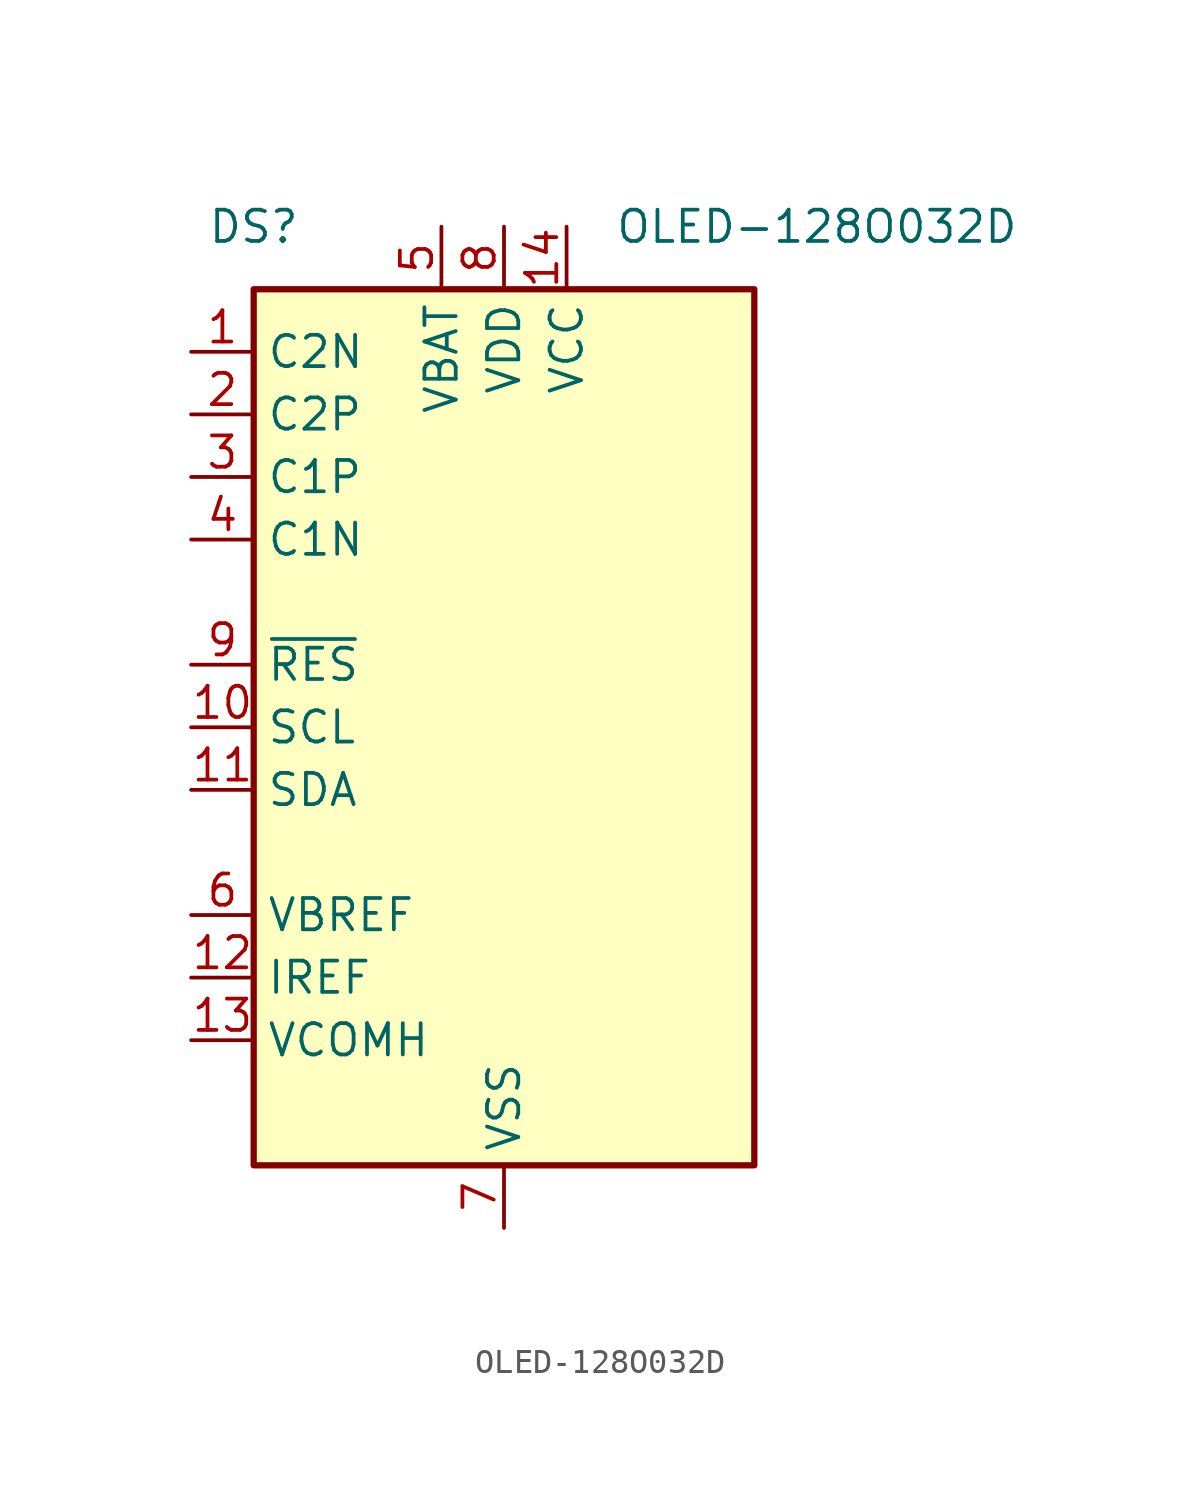
<source format=kicad_sym>
(kicad_symbol_lib
  (version 20241209)
  (generator "kicad_symbol_editor")
  (generator_version "9.0")
  (symbol "OLED-128O032D"
    (property "Reference" "DS"
      (at -10.16 20.32 0)
      (effects (font (size 1.27 1.27))))
    (property "Value" "OLED-128O032D"
      (at 12.7 20.32 0)
      (effects (font (size 1.27 1.27))))
    (symbol "OLED-128O032D_0_1"
      (rectangle (start -10.16 17.78) (end 10.16 -17.78) (stroke (width 0.254) (type default)) (fill (type background))))
    (symbol "OLED-128O032D_1_1"
      (pin passive line (at -12.7 15.24 0) (length 2.54) (name "C2N" (effects (font (size 1.27 1.27)))) (number "1" (effects (font (size 1.27 1.27)))))
      (pin passive line (at -12.7 12.7 0) (length 2.54) (name "C2P" (effects (font (size 1.27 1.27)))) (number "2" (effects (font (size 1.27 1.27)))))
      (pin passive line (at -12.7 10.16 0) (length 2.54) (name "C1P" (effects (font (size 1.27 1.27)))) (number "3" (effects (font (size 1.27 1.27)))))
      (pin passive line (at -12.7 7.62 0) (length 2.54) (name "C1N" (effects (font (size 1.27 1.27)))) (number "4" (effects (font (size 1.27 1.27)))))
      (pin input line (at -12.7 2.54 0) (length 2.54) (name "~{RES}" (effects (font (size 1.27 1.27)))) (number "9" (effects (font (size 1.27 1.27)))))
      (pin input line (at -12.7 0 0) (length 2.54) (name "SCL" (effects (font (size 1.27 1.27)))) (number "10" (effects (font (size 1.27 1.27)))))
      (pin input line (at -12.7 -2.54 0) (length 2.54) (name "SDA" (effects (font (size 1.27 1.27)))) (number "11" (effects (font (size 1.27 1.27)))))
      (pin passive line (at -12.7 -7.62 0) (length 2.54) (name "VBREF" (effects (font (size 1.27 1.27)))) (number "6" (effects (font (size 1.27 1.27)))))
      (pin passive line (at -12.7 -10.16 0) (length 2.54) (name "IREF" (effects (font (size 1.27 1.27)))) (number "12" (effects (font (size 1.27 1.27)))))
      (pin passive line (at -12.7 -12.7 0) (length 2.54) (name "VCOMH" (effects (font (size 1.27 1.27)))) (number "13" (effects (font (size 1.27 1.27)))))
      (pin power_in line (at -2.54 20.32 270) (length 2.54) (name "VBAT" (effects (font (size 1.27 1.27)))) (number "5" (effects (font (size 1.27 1.27)))))
      (pin power_in line (at 0 20.32 270) (length 2.54) (name "VDD" (effects (font (size 1.27 1.27)))) (number "8" (effects (font (size 1.27 1.27)))))
      (pin power_in line (at 0 -20.32 90) (length 2.54) (name "VSS" (effects (font (size 1.27 1.27)))) (number "7" (effects (font (size 1.27 1.27)))))
      (pin power_in line (at 2.54 20.32 270) (length 2.54) (name "VCC" (effects (font (size 1.27 1.27)))) (number "14" (effects (font (size 1.27 1.27))))))))
</source>
